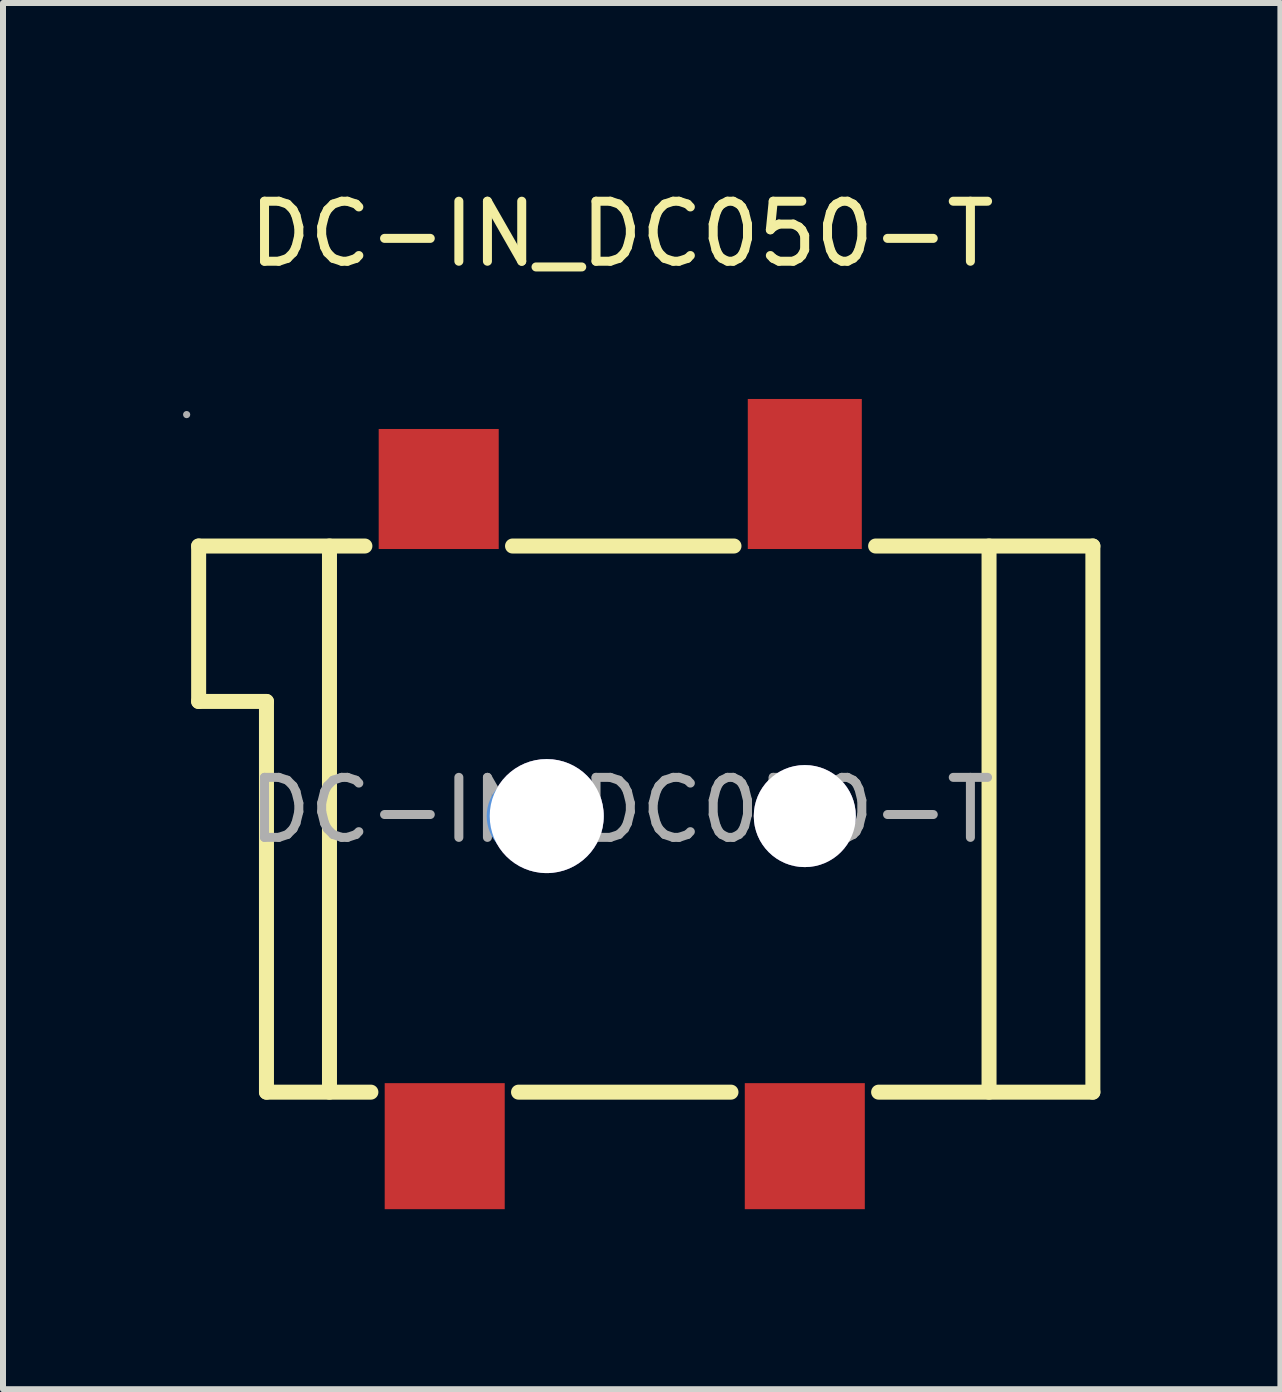
<source format=kicad_pcb>
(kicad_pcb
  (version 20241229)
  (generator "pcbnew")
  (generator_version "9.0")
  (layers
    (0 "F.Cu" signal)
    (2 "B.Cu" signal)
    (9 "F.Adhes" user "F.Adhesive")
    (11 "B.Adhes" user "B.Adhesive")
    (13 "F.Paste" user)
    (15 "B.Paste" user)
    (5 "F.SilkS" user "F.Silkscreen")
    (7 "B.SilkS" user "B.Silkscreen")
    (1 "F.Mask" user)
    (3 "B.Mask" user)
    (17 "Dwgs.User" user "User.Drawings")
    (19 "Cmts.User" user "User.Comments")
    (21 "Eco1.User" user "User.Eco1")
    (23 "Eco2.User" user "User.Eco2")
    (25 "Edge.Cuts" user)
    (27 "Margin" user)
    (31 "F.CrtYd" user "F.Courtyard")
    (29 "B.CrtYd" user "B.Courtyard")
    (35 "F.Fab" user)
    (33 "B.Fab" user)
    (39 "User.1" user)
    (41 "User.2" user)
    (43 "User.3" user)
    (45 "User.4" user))
  (footprint "DC-IN_DC050-T"
    (layer "F.Cu")
    (at 7.31 10.448)
    (property "Reference" "DC-IN_DC050-T" (at 0 -9.6 0) (layer "F.SilkS") (effects (font (size 1 1) (thickness 0.15))))
    (attr smd)
    (fp_line (start -7.05 -4.4) (end -7.05 -1.81) (stroke (width 0.25) (type solid)) (layer "F.SilkS"))
    (fp_line (start -7.05 -4.4) (end -4.28 -4.4) (stroke (width 0.25) (type solid)) (layer "F.SilkS"))
    (fp_line (start -7.05 -1.81) (end -5.92 -1.81) (stroke (width 0.25) (type solid)) (layer "F.SilkS"))
    (fp_line (start -5.92 -1.81) (end -5.92 4.7) (stroke (width 0.25) (type solid)) (layer "F.SilkS"))
    (fp_line (start -5.92 4.7) (end -4.18 4.7) (stroke (width 0.25) (type solid)) (layer "F.SilkS"))
    (fp_line (start -4.87 -4.4) (end -4.87 4.7) (stroke (width 0.25) (type solid)) (layer "F.SilkS"))
    (fp_line (start -1.82 -4.4) (end 1.87 -4.4) (stroke (width 0.25) (type solid)) (layer "F.SilkS"))
    (fp_line (start 1.82 4.7) (end -1.72 4.7) (stroke (width 0.25) (type solid)) (layer "F.SilkS"))
    (fp_line (start 4.23 -4.4) (end 7.85 -4.4) (stroke (width 0.25) (type solid)) (layer "F.SilkS"))
    (fp_line (start 6.12 4.7) (end 6.12 -4.4) (stroke (width 0.25) (type solid)) (layer "F.SilkS"))
    (fp_line (start 7.85 -4.4) (end 7.85 4.7) (stroke (width 0.25) (type solid)) (layer "F.SilkS"))
    (fp_line (start 7.85 4.7) (end 4.28 4.7) (stroke (width 0.25) (type solid)) (layer "F.SilkS"))
    (fp_circle (center -1.55 0.1) (end -1.2 0.1) (stroke (width 0.7) (type solid)) (fill no) (layer "Cmts.User"))
    (fp_circle (center 3.05 0.1) (end 3.33 0.1) (stroke (width 0.55) (type solid)) (fill no) (layer "Cmts.User"))
    (fp_circle (center -7.25 -6.59) (end -7.22 -6.59) (stroke (width 0.06) (type solid)) (fill no) (layer "F.Fab"))
    (fp_text user "${REFERENCE}" (at 0 0 0) (layer "F.Fab") (effects (font (size 1 1) (thickness 0.15))))
    (pad "" thru_hole circle (at -1.25 0.1) (size 1.9 1.9) (drill 1.9) (layers "*.Cu" "*.Mask"))
    (pad "" thru_hole circle (at 3.05 0.1) (size 1.7 1.7) (drill 1.7) (layers "*.Cu" "*.Mask"))
    (pad "1" smd rect (at -2.95 5.6 180) (size 2 2.1) (layers "F.Cu" "F.Mask" "F.Paste"))
    (pad "1" smd rect (at 3.05 5.6 180) (size 2 2.1) (layers "F.Cu" "F.Mask" "F.Paste"))
    (pad "2" smd rect (at 3.05 -5.6 180) (size 1.9 2.5) (layers "F.Cu" "F.Mask" "F.Paste"))
    (pad "3" smd rect (at -3.05 -5.35 180) (size 2 2) (layers "F.Cu" "F.Mask" "F.Paste")))
  (gr_rect
    (start -3 -3)
    (end 18.285 20.098)
    (stroke (width 0.1) (type default))
    (fill no)
    (layer "Edge.Cuts")))
</source>
